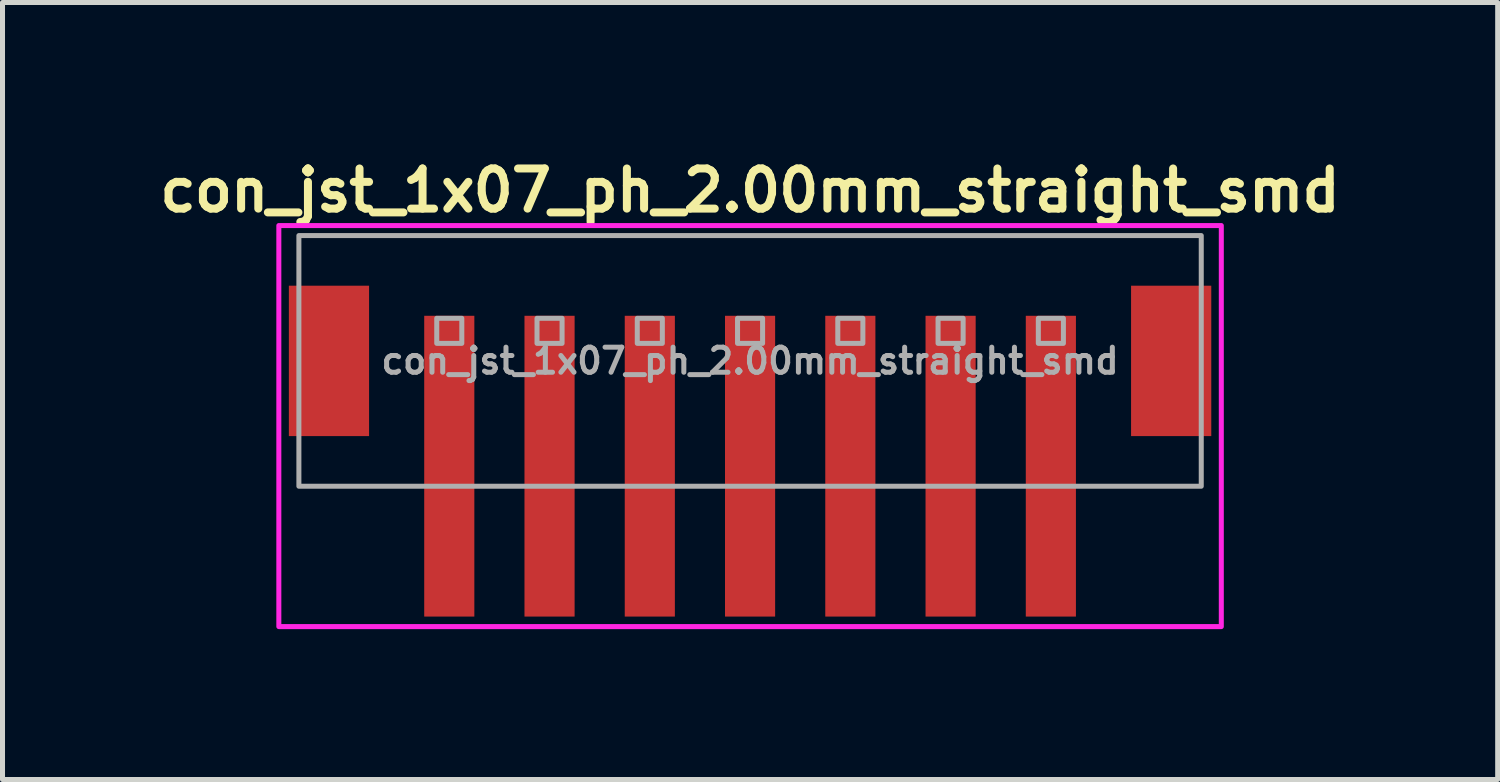
<source format=kicad_pcb>
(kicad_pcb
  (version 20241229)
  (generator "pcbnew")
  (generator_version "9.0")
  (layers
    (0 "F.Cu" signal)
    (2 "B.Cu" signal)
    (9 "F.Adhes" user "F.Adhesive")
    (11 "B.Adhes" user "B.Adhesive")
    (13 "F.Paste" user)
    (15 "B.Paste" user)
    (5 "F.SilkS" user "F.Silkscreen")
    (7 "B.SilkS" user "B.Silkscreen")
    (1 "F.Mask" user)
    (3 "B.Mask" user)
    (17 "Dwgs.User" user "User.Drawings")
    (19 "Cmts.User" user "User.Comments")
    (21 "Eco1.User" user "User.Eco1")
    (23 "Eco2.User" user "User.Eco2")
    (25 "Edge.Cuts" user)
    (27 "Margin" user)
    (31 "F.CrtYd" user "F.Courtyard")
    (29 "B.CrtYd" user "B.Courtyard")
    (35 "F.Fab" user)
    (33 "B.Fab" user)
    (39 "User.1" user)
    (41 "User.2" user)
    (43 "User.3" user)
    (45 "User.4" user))
  (footprint "con_jst_1x07_ph_2.00mm_straight_smd"
    (layer "F.Cu")
    (at 11.912 4.149)
    (property "Reference" "con_jst_1x07_ph_2.00mm_straight_smd" (at 0 -3.4 0) (layer "F.SilkS") (effects (font (size 0.8 0.8) (thickness 0.16))))
    (attr smd)
    (fp_rect (start -9.4 -2.7) (end 9.4 5.3) (stroke (width 0.1) (type solid)) (fill no) (layer "F.CrtYd"))
    (fp_rect (start -9 -2.5) (end 9 2.5) (stroke (width 0.1) (type solid)) (fill no) (layer "F.Fab"))
    (fp_rect (start -6.25 -0.85) (end -5.75 -0.35) (stroke (width 0.1) (type default)) (fill no) (layer "F.Fab"))
    (fp_rect (start -4.25 -0.85) (end -3.75 -0.35) (stroke (width 0.1) (type default)) (fill no) (layer "F.Fab"))
    (fp_rect (start -2.25 -0.85) (end -1.75 -0.35) (stroke (width 0.1) (type default)) (fill no) (layer "F.Fab"))
    (fp_rect (start -0.25 -0.85) (end 0.25 -0.35) (stroke (width 0.1) (type default)) (fill no) (layer "F.Fab"))
    (fp_rect (start 1.75 -0.85) (end 2.25 -0.35) (stroke (width 0.1) (type default)) (fill no) (layer "F.Fab"))
    (fp_rect (start 3.75 -0.85) (end 4.25 -0.35) (stroke (width 0.1) (type default)) (fill no) (layer "F.Fab"))
    (fp_rect (start 5.75 -0.85) (end 6.25 -0.35) (stroke (width 0.1) (type default)) (fill no) (layer "F.Fab"))
    (fp_text user "${REFERENCE}" (at 0 0 0) (layer "F.Fab") (effects (font (size 0.5 0.5) (thickness 0.1) (bold yes))))
    (pad "1" smd rect (at -6 2.1) (size 1 6) (layers "F.Cu" "F.Mask" "F.Paste"))
    (pad "2" smd rect (at -4 2.1) (size 1 6) (layers "F.Cu" "F.Mask" "F.Paste"))
    (pad "3" smd rect (at -2 2.1) (size 1 6) (layers "F.Cu" "F.Mask" "F.Paste"))
    (pad "4" smd rect (at 0 2.1) (size 1 6) (layers "F.Cu" "F.Mask" "F.Paste"))
    (pad "5" smd rect (at 2 2.1) (size 1 6) (layers "F.Cu" "F.Mask" "F.Paste"))
    (pad "6" smd rect (at 4 2.1) (size 1 6) (layers "F.Cu" "F.Mask" "F.Paste"))
    (pad "7" smd rect (at 6 2.1) (size 1 6) (layers "F.Cu" "F.Mask" "F.Paste"))
    (pad "8" smd rect (at -8.4 0) (size 1.6 3) (layers "F.Cu" "F.Mask" "F.Paste"))
    (pad "9" smd rect (at 8.4 0) (size 1.6 3) (layers "F.Cu" "F.Mask" "F.Paste")))
  (gr_rect
    (start -3 -3)
    (end 26.825 12.499)
    (stroke (width 0.1) (type default))
    (fill no)
    (layer "Edge.Cuts")))
</source>
